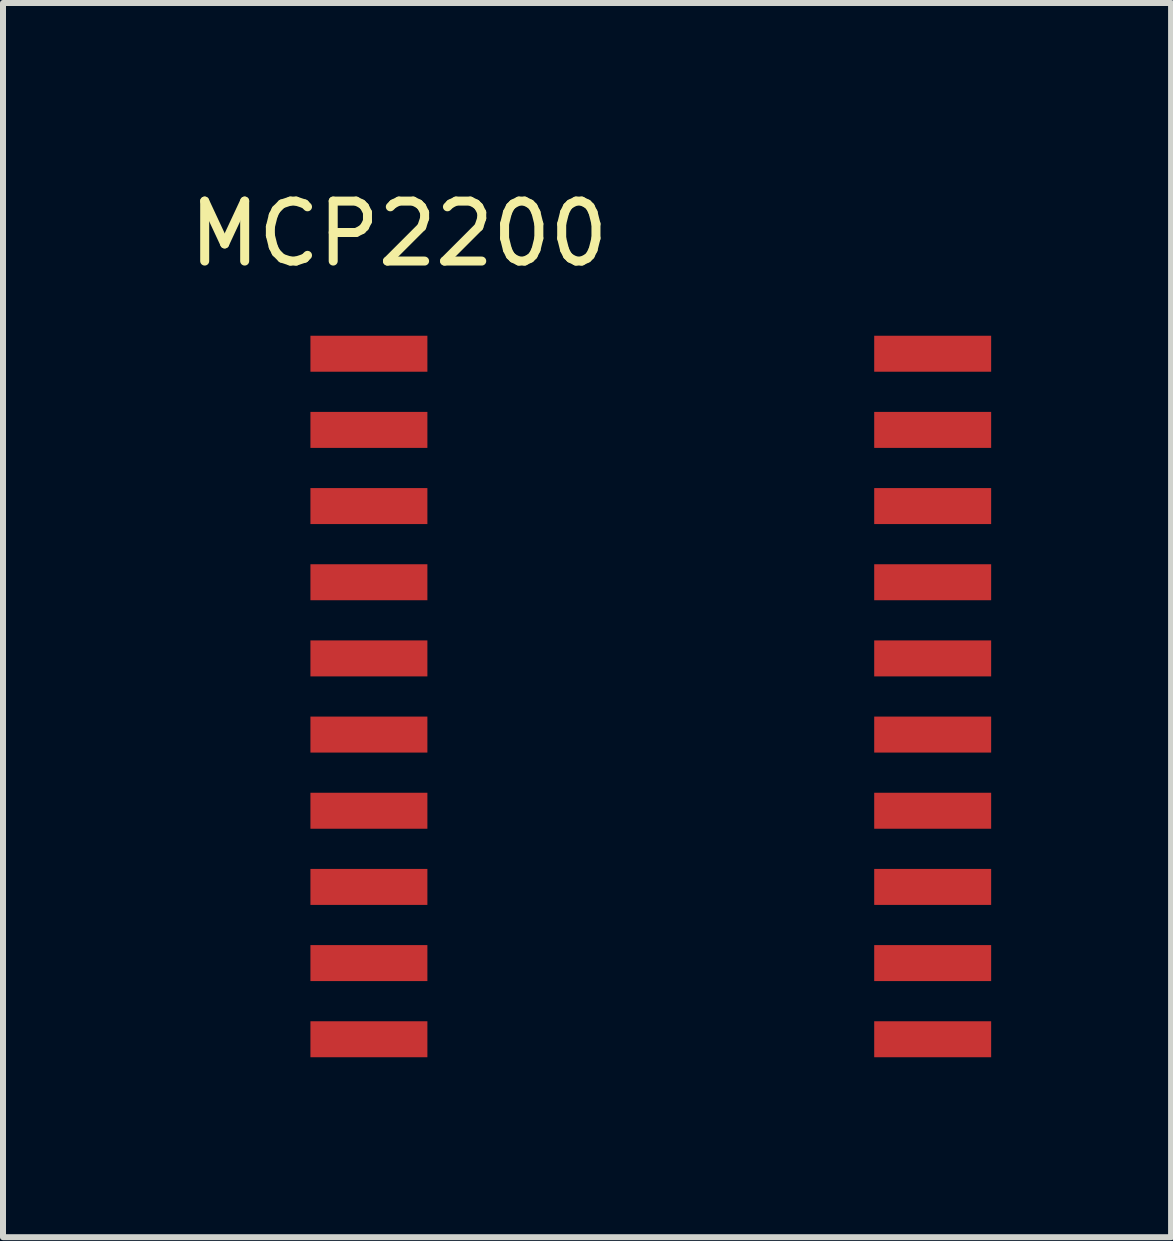
<source format=kicad_pcb>
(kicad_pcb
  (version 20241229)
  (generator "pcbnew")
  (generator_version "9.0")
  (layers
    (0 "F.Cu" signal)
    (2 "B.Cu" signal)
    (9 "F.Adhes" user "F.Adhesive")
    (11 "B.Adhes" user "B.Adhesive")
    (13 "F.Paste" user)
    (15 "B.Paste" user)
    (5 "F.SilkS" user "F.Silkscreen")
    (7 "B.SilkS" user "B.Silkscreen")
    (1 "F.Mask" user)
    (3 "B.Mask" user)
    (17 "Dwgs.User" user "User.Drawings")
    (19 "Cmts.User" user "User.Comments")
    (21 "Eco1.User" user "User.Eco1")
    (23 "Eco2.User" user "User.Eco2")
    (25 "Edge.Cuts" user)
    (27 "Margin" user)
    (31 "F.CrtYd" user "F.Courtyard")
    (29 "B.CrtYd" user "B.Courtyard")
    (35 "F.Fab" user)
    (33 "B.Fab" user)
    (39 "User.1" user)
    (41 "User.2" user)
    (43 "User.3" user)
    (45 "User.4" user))
  (footprint "MCP2200"
    (layer "F.Cu")
    (at 3.101 2.848)
    (property "Reference" "MCP2200" (at 0.5 -2 0) (layer "F.SilkS") (effects (font (size 1 1) (thickness 0.15))))
    (attr through_hole)
    (pad "1" smd rect (at 0 0) (size 1.95 0.6) (layers "F.Cu" "F.Mask" "F.Paste"))
    (pad "2" smd rect (at 0 1.27) (size 1.95 0.6) (layers "F.Cu" "F.Mask" "F.Paste"))
    (pad "3" smd rect (at 0 2.54) (size 1.95 0.6) (layers "F.Cu" "F.Mask" "F.Paste"))
    (pad "4" smd rect (at 0 3.81) (size 1.95 0.6) (layers "F.Cu" "F.Mask" "F.Paste"))
    (pad "5" smd rect (at 0 5.08) (size 1.95 0.6) (layers "F.Cu" "F.Mask" "F.Paste"))
    (pad "6" smd rect (at 0 6.35) (size 1.95 0.6) (layers "F.Cu" "F.Mask" "F.Paste"))
    (pad "7" smd rect (at 0 7.62) (size 1.95 0.6) (layers "F.Cu" "F.Mask" "F.Paste"))
    (pad "8" smd rect (at 0 8.89) (size 1.95 0.6) (layers "F.Cu" "F.Mask" "F.Paste"))
    (pad "9" smd rect (at 0 10.16) (size 1.95 0.6) (layers "F.Cu" "F.Mask" "F.Paste"))
    (pad "10" smd rect (at 0 11.43) (size 1.95 0.6) (layers "F.Cu" "F.Mask" "F.Paste"))
    (pad "11" smd rect (at 9.4 11.43) (size 1.95 0.6) (layers "F.Cu" "F.Mask" "F.Paste"))
    (pad "12" smd rect (at 9.4 10.16) (size 1.95 0.6) (layers "F.Cu" "F.Mask" "F.Paste"))
    (pad "13" smd rect (at 9.4 8.89) (size 1.95 0.6) (layers "F.Cu" "F.Mask" "F.Paste"))
    (pad "14" smd rect (at 9.4 7.62) (size 1.95 0.6) (layers "F.Cu" "F.Mask" "F.Paste"))
    (pad "15" smd rect (at 9.4 6.35) (size 1.95 0.6) (layers "F.Cu" "F.Mask" "F.Paste"))
    (pad "16" smd rect (at 9.4 5.08) (size 1.95 0.6) (layers "F.Cu" "F.Mask" "F.Paste"))
    (pad "17" smd rect (at 9.4 3.81) (size 1.95 0.6) (layers "F.Cu" "F.Mask" "F.Paste"))
    (pad "18" smd rect (at 9.4 2.54) (size 1.95 0.6) (layers "F.Cu" "F.Mask" "F.Paste"))
    (pad "19" smd rect (at 9.4 1.27) (size 1.95 0.6) (layers "F.Cu" "F.Mask" "F.Paste"))
    (pad "20" smd rect (at 9.4 0) (size 1.95 0.6) (layers "F.Cu" "F.Mask" "F.Paste")))
  (gr_rect
    (start -3 -3)
    (end 16.476 17.578)
    (stroke (width 0.1) (type default))
    (fill no)
    (layer "Edge.Cuts")))
</source>
